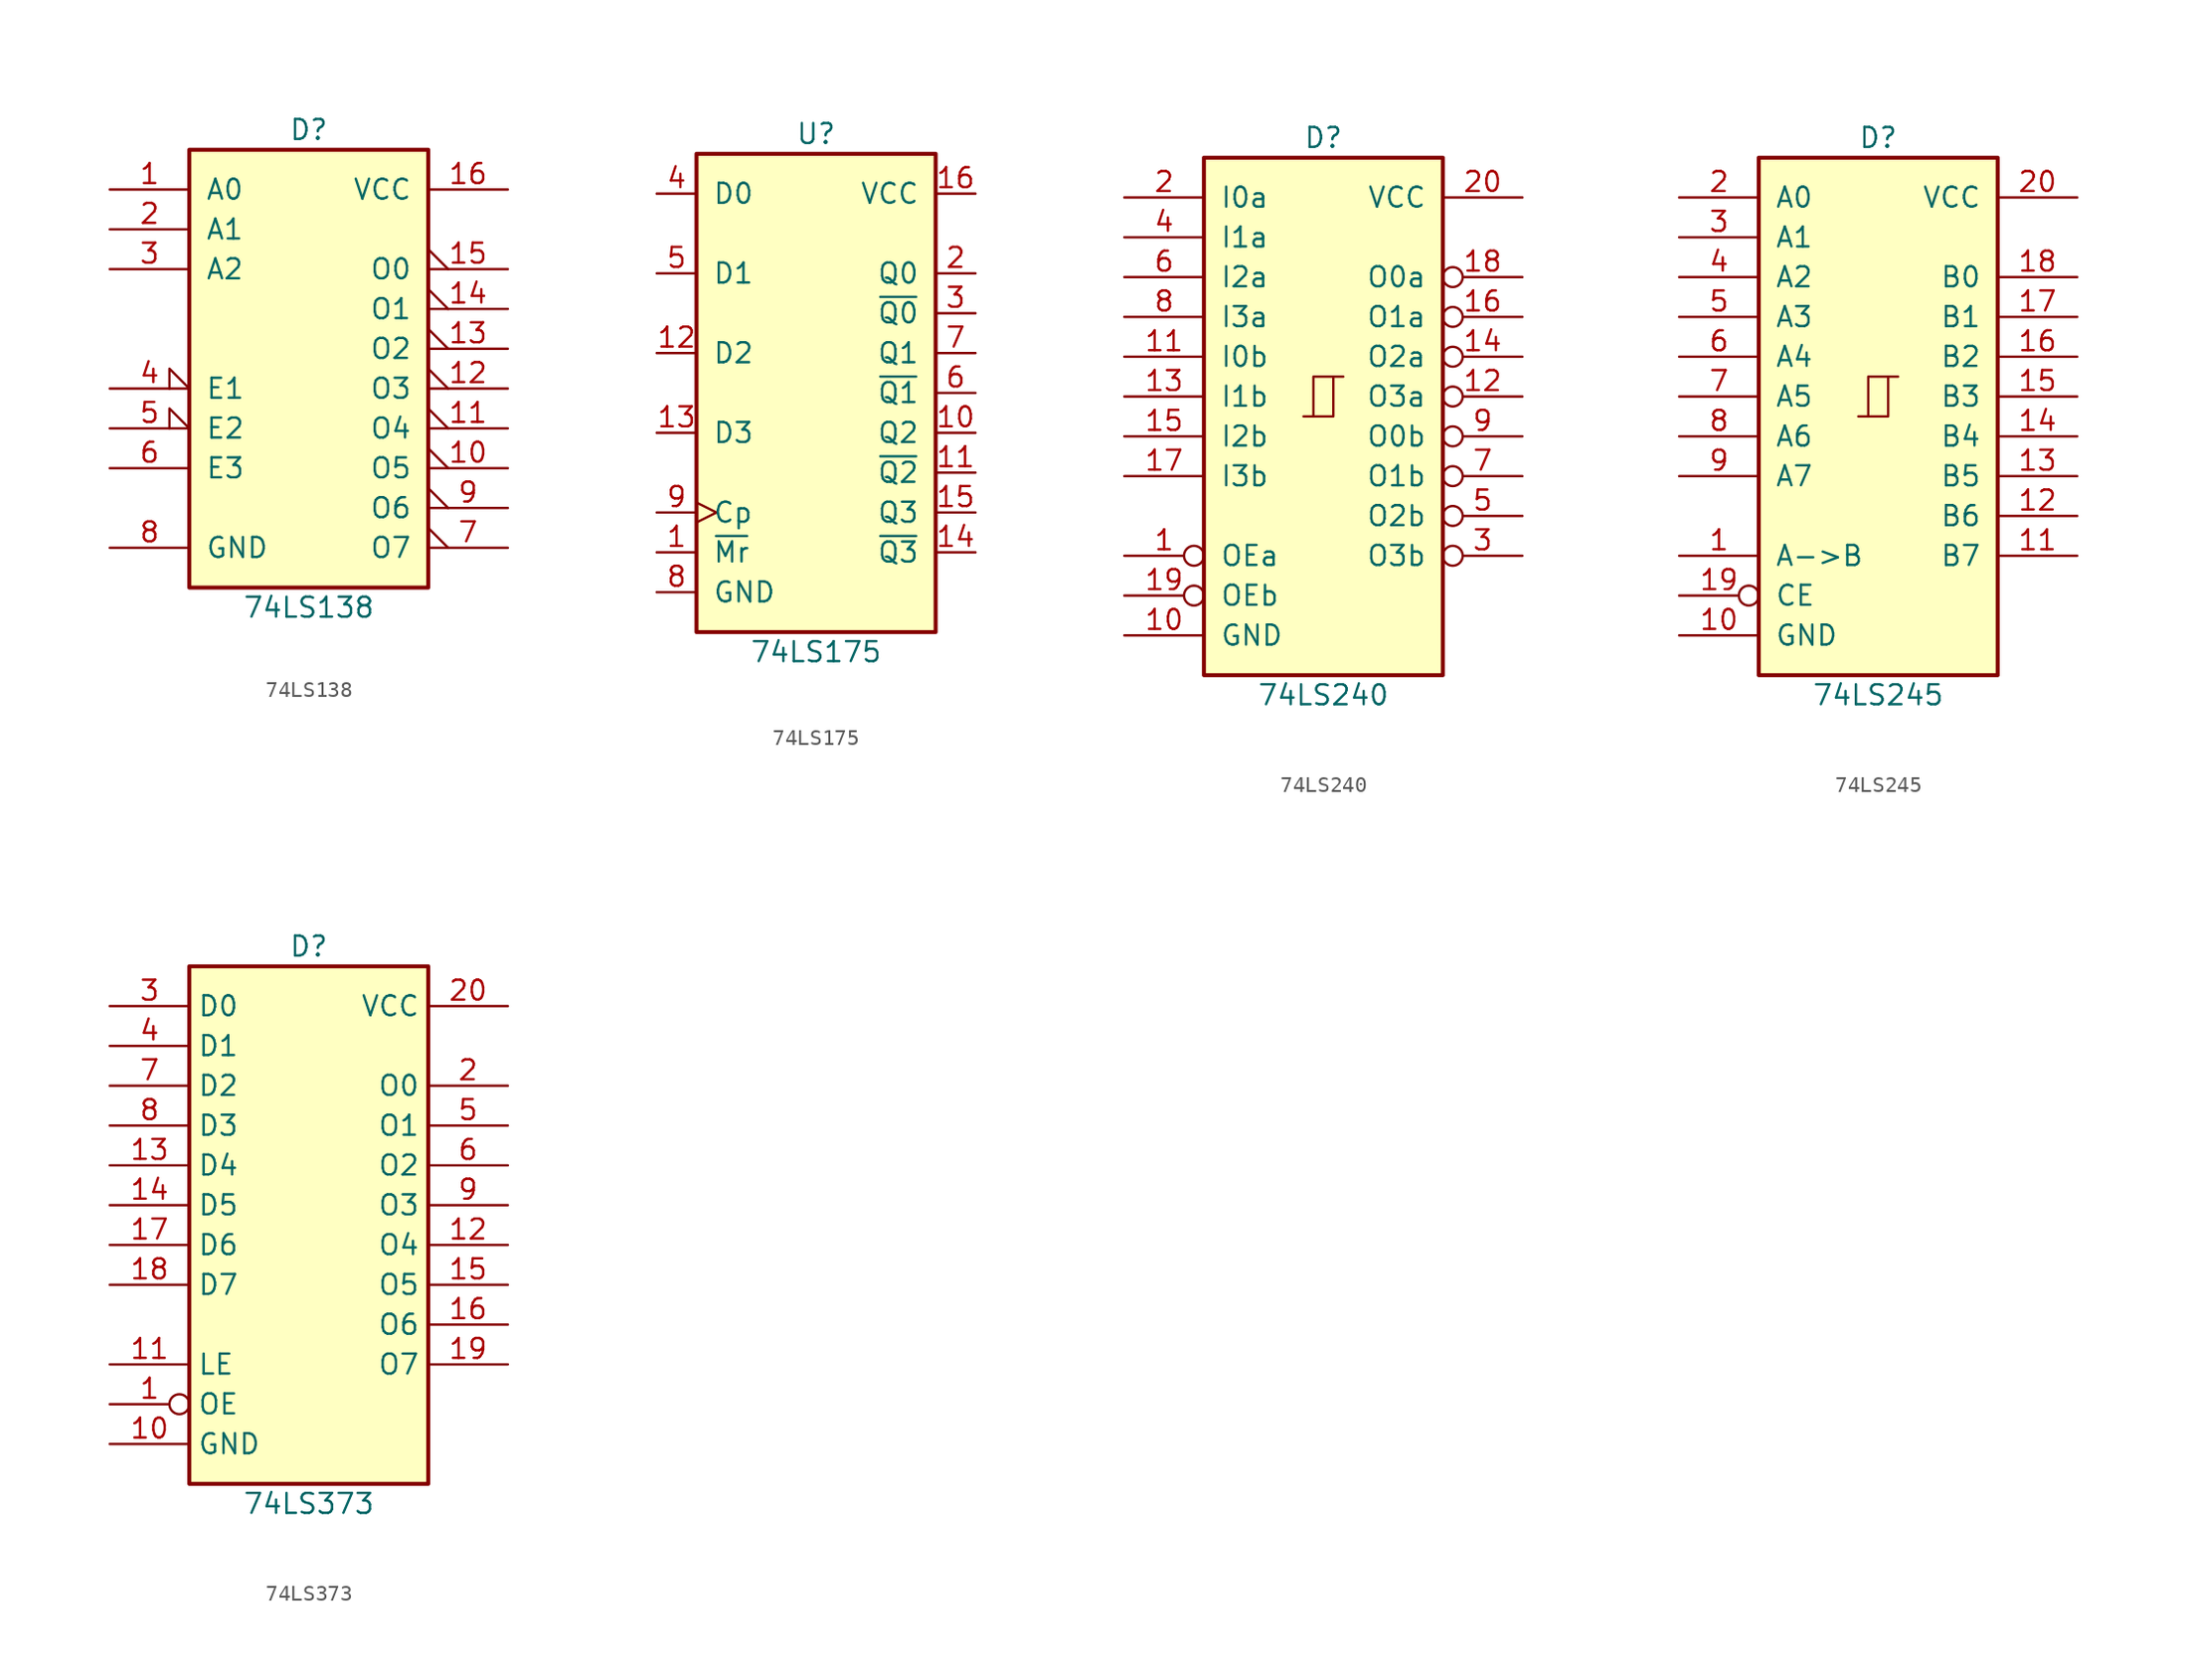
<source format=kicad_sym>
(kicad_symbol_lib
  (version 20241209)
  (generator "kicad_symbol_editor")
  (generator_version "9.0")
  (symbol "74LS138"
    (pin_names
      (offset 1.016))
    (property "Reference" "D"
      (at 0 13.97 0)
      (do_not_autoplace)
      (effects (font (size 1.27 1.27))))
    (property "Value" "74LS138"
      (at 0 -16.51 0)
      (do_not_autoplace)
      (effects (font (size 1.27 1.27))))
    (symbol "74LS138_1_0"
      (pin input line (at -12.7 10.16 0) (length 5.08) (name "A0" (effects (font (size 1.27 1.27)))) (number "1" (effects (font (size 1.27 1.27)))))
      (pin input line (at -12.7 7.62 0) (length 5.08) (name "A1" (effects (font (size 1.27 1.27)))) (number "2" (effects (font (size 1.27 1.27)))))
      (pin input line (at -12.7 5.08 0) (length 5.08) (name "A2" (effects (font (size 1.27 1.27)))) (number "3" (effects (font (size 1.27 1.27)))))
      (pin input input_low (at -12.7 -2.54 0) (length 5.08) (name "E1" (effects (font (size 1.27 1.27)))) (number "4" (effects (font (size 1.27 1.27)))))
      (pin input input_low (at -12.7 -5.08 0) (length 5.08) (name "E2" (effects (font (size 1.27 1.27)))) (number "5" (effects (font (size 1.27 1.27)))))
      (pin input line (at -12.7 -7.62 0) (length 5.08) (name "E3" (effects (font (size 1.27 1.27)))) (number "6" (effects (font (size 1.27 1.27)))))
      (pin power_in line (at -12.7 -12.7 0) (length 5.08) (name "GND" (effects (font (size 1.27 1.27)))) (number "8" (effects (font (size 1.27 1.27)))))
      (pin power_in line (at 12.7 10.16 180) (length 5.08) (name "VCC" (effects (font (size 1.27 1.27)))) (number "16" (effects (font (size 1.27 1.27)))))
      (pin output output_low (at 12.7 5.08 180) (length 5.08) (name "O0" (effects (font (size 1.27 1.27)))) (number "15" (effects (font (size 1.27 1.27)))))
      (pin output output_low (at 12.7 2.54 180) (length 5.08) (name "O1" (effects (font (size 1.27 1.27)))) (number "14" (effects (font (size 1.27 1.27)))))
      (pin output output_low (at 12.7 0 180) (length 5.08) (name "O2" (effects (font (size 1.27 1.27)))) (number "13" (effects (font (size 1.27 1.27)))))
      (pin output output_low (at 12.7 -2.54 180) (length 5.08) (name "O3" (effects (font (size 1.27 1.27)))) (number "12" (effects (font (size 1.27 1.27)))))
      (pin output output_low (at 12.7 -5.08 180) (length 5.08) (name "O4" (effects (font (size 1.27 1.27)))) (number "11" (effects (font (size 1.27 1.27)))))
      (pin output output_low (at 12.7 -7.62 180) (length 5.08) (name "O5" (effects (font (size 1.27 1.27)))) (number "10" (effects (font (size 1.27 1.27)))))
      (pin output output_low (at 12.7 -10.16 180) (length 5.08) (name "O6" (effects (font (size 1.27 1.27)))) (number "9" (effects (font (size 1.27 1.27)))))
      (pin output output_low (at 12.7 -12.7 180) (length 5.08) (name "O7" (effects (font (size 1.27 1.27)))) (number "7" (effects (font (size 1.27 1.27))))))
    (symbol "74LS138_1_1"
      (rectangle (start -7.62 12.7) (end 7.62 -15.24) (stroke (width 0.254) (type default)) (fill (type background)))))
  (symbol "74LS175"
    (pin_names
      (offset 1.016))
    (property "Reference" "U"
      (at 0 13.97 0)
      (do_not_autoplace)
      (effects (font (size 1.27 1.27))))
    (property "Value" "74LS175"
      (at 0 -19.05 0)
      (do_not_autoplace)
      (effects (font (size 1.27 1.27))))
    (symbol "74LS175_1_0"
      (pin input line (at -10.16 10.16 0) (length 2.54) (name "D0" (effects (font (size 1.27 1.27)))) (number "4" (effects (font (size 1.27 1.27)))))
      (pin input line (at -10.16 5.08 0) (length 2.54) (name "D1" (effects (font (size 1.27 1.27)))) (number "5" (effects (font (size 1.27 1.27)))))
      (pin input line (at -10.16 0 0) (length 2.54) (name "D2" (effects (font (size 1.27 1.27)))) (number "12" (effects (font (size 1.27 1.27)))))
      (pin input line (at -10.16 -5.08 0) (length 2.54) (name "D3" (effects (font (size 1.27 1.27)))) (number "13" (effects (font (size 1.27 1.27)))))
      (pin input clock (at -10.16 -10.16 0) (length 2.54) (name "Cp" (effects (font (size 1.27 1.27)))) (number "9" (effects (font (size 1.27 1.27)))))
      (pin input line (at -10.16 -12.7 0) (length 2.54) (name "~{Mr}" (effects (font (size 1.27 1.27)))) (number "1" (effects (font (size 1.27 1.27)))))
      (pin power_in line (at -10.16 -15.24 0) (length 2.54) (name "GND" (effects (font (size 1.27 1.27)))) (number "8" (effects (font (size 1.27 1.27)))))
      (pin power_in line (at 10.16 10.16 180) (length 2.54) (name "VCC" (effects (font (size 1.27 1.27)))) (number "16" (effects (font (size 1.27 1.27)))))
      (pin output line (at 10.16 5.08 180) (length 2.54) (name "Q0" (effects (font (size 1.27 1.27)))) (number "2" (effects (font (size 1.27 1.27)))))
      (pin output line (at 10.16 2.54 180) (length 2.54) (name "~{Q0}" (effects (font (size 1.27 1.27)))) (number "3" (effects (font (size 1.27 1.27)))))
      (pin output line (at 10.16 0 180) (length 2.54) (name "Q1" (effects (font (size 1.27 1.27)))) (number "7" (effects (font (size 1.27 1.27)))))
      (pin output line (at 10.16 -2.54 180) (length 2.54) (name "~{Q1}" (effects (font (size 1.27 1.27)))) (number "6" (effects (font (size 1.27 1.27)))))
      (pin output line (at 10.16 -5.08 180) (length 2.54) (name "Q2" (effects (font (size 1.27 1.27)))) (number "10" (effects (font (size 1.27 1.27)))))
      (pin output line (at 10.16 -7.62 180) (length 2.54) (name "~{Q2}" (effects (font (size 1.27 1.27)))) (number "11" (effects (font (size 1.27 1.27)))))
      (pin output line (at 10.16 -10.16 180) (length 2.54) (name "Q3" (effects (font (size 1.27 1.27)))) (number "15" (effects (font (size 1.27 1.27)))))
      (pin output line (at 10.16 -12.7 180) (length 2.54) (name "~{Q3}" (effects (font (size 1.27 1.27)))) (number "14" (effects (font (size 1.27 1.27))))))
    (symbol "74LS175_1_1"
      (rectangle (start -7.62 12.7) (end 7.62 -17.78) (stroke (width 0.254) (type default)) (fill (type background)))))
  (symbol "74LS240"
    (pin_names
      (offset 1.016))
    (property "Reference" "D"
      (at 0 16.51 0)
      (do_not_autoplace)
      (effects (font (size 1.27 1.27))))
    (property "Value" "74LS240"
      (at 0 -19.05 0)
      (do_not_autoplace)
      (effects (font (size 1.27 1.27))))
    (symbol "74LS240_1_0"
      (polyline (pts (xy -1.27 -1.27) (xy 0.635 -1.27) (xy 0.635 1.27) (xy 1.27 1.27)) (stroke (width 0) (type default)) (fill (type none)))
      (polyline (pts (xy -0.635 -1.27) (xy -0.635 1.27) (xy 0.635 1.27)) (stroke (width 0) (type default)) (fill (type none)))
      (pin input line (at -12.7 12.7 0) (length 5.08) (name "I0a" (effects (font (size 1.27 1.27)))) (number "2" (effects (font (size 1.27 1.27)))))
      (pin input line (at -12.7 10.16 0) (length 5.08) (name "I1a" (effects (font (size 1.27 1.27)))) (number "4" (effects (font (size 1.27 1.27)))))
      (pin input line (at -12.7 7.62 0) (length 5.08) (name "I2a" (effects (font (size 1.27 1.27)))) (number "6" (effects (font (size 1.27 1.27)))))
      (pin input line (at -12.7 5.08 0) (length 5.08) (name "I3a" (effects (font (size 1.27 1.27)))) (number "8" (effects (font (size 1.27 1.27)))))
      (pin input line (at -12.7 2.54 0) (length 5.08) (name "I0b" (effects (font (size 1.27 1.27)))) (number "11" (effects (font (size 1.27 1.27)))))
      (pin input line (at -12.7 0 0) (length 5.08) (name "I1b" (effects (font (size 1.27 1.27)))) (number "13" (effects (font (size 1.27 1.27)))))
      (pin input line (at -12.7 -2.54 0) (length 5.08) (name "I2b" (effects (font (size 1.27 1.27)))) (number "15" (effects (font (size 1.27 1.27)))))
      (pin input line (at -12.7 -5.08 0) (length 5.08) (name "I3b" (effects (font (size 1.27 1.27)))) (number "17" (effects (font (size 1.27 1.27)))))
      (pin input inverted (at -12.7 -10.16 0) (length 5.08) (name "OEa" (effects (font (size 1.27 1.27)))) (number "1" (effects (font (size 1.27 1.27)))))
      (pin input inverted (at -12.7 -12.7 0) (length 5.08) (name "OEb" (effects (font (size 1.27 1.27)))) (number "19" (effects (font (size 1.27 1.27)))))
      (pin power_in line (at -12.7 -15.24 0) (length 5.08) (name "GND" (effects (font (size 1.27 1.27)))) (number "10" (effects (font (size 1.27 1.27)))))
      (pin power_in line (at 12.7 12.7 180) (length 5.08) (name "VCC" (effects (font (size 1.27 1.27)))) (number "20" (effects (font (size 1.27 1.27)))))
      (pin tri_state inverted (at 12.7 7.62 180) (length 5.08) (name "O0a" (effects (font (size 1.27 1.27)))) (number "18" (effects (font (size 1.27 1.27)))))
      (pin tri_state inverted (at 12.7 5.08 180) (length 5.08) (name "O1a" (effects (font (size 1.27 1.27)))) (number "16" (effects (font (size 1.27 1.27)))))
      (pin tri_state inverted (at 12.7 2.54 180) (length 5.08) (name "O2a" (effects (font (size 1.27 1.27)))) (number "14" (effects (font (size 1.27 1.27)))))
      (pin tri_state inverted (at 12.7 0 180) (length 5.08) (name "O3a" (effects (font (size 1.27 1.27)))) (number "12" (effects (font (size 1.27 1.27)))))
      (pin tri_state inverted (at 12.7 -2.54 180) (length 5.08) (name "O0b" (effects (font (size 1.27 1.27)))) (number "9" (effects (font (size 1.27 1.27)))))
      (pin tri_state inverted (at 12.7 -5.08 180) (length 5.08) (name "O1b" (effects (font (size 1.27 1.27)))) (number "7" (effects (font (size 1.27 1.27)))))
      (pin tri_state inverted (at 12.7 -7.62 180) (length 5.08) (name "O2b" (effects (font (size 1.27 1.27)))) (number "5" (effects (font (size 1.27 1.27)))))
      (pin tri_state inverted (at 12.7 -10.16 180) (length 5.08) (name "O3b" (effects (font (size 1.27 1.27)))) (number "3" (effects (font (size 1.27 1.27))))))
    (symbol "74LS240_1_1"
      (rectangle (start -7.62 15.24) (end 7.62 -17.78) (stroke (width 0.254) (type default)) (fill (type background)))))
  (symbol "74LS245"
    (pin_names
      (offset 1.016))
    (property "Reference" "D"
      (at 0 16.51 0)
      (do_not_autoplace)
      (effects (font (size 1.27 1.27))))
    (property "Value" "74LS245"
      (at 0 -19.05 0)
      (do_not_autoplace)
      (effects (font (size 1.27 1.27))))
    (symbol "74LS245_1_0"
      (polyline (pts (xy -1.27 -1.27) (xy 0.635 -1.27) (xy 0.635 1.27) (xy 1.27 1.27)) (stroke (width 0) (type default)) (fill (type none)))
      (polyline (pts (xy -0.635 -1.27) (xy -0.635 1.27) (xy 0.635 1.27)) (stroke (width 0) (type default)) (fill (type none)))
      (pin tri_state line (at -12.7 12.7 0) (length 5.08) (name "A0" (effects (font (size 1.27 1.27)))) (number "2" (effects (font (size 1.27 1.27)))))
      (pin tri_state line (at -12.7 10.16 0) (length 5.08) (name "A1" (effects (font (size 1.27 1.27)))) (number "3" (effects (font (size 1.27 1.27)))))
      (pin tri_state line (at -12.7 7.62 0) (length 5.08) (name "A2" (effects (font (size 1.27 1.27)))) (number "4" (effects (font (size 1.27 1.27)))))
      (pin tri_state line (at -12.7 5.08 0) (length 5.08) (name "A3" (effects (font (size 1.27 1.27)))) (number "5" (effects (font (size 1.27 1.27)))))
      (pin tri_state line (at -12.7 2.54 0) (length 5.08) (name "A4" (effects (font (size 1.27 1.27)))) (number "6" (effects (font (size 1.27 1.27)))))
      (pin tri_state line (at -12.7 0 0) (length 5.08) (name "A5" (effects (font (size 1.27 1.27)))) (number "7" (effects (font (size 1.27 1.27)))))
      (pin tri_state line (at -12.7 -2.54 0) (length 5.08) (name "A6" (effects (font (size 1.27 1.27)))) (number "8" (effects (font (size 1.27 1.27)))))
      (pin tri_state line (at -12.7 -5.08 0) (length 5.08) (name "A7" (effects (font (size 1.27 1.27)))) (number "9" (effects (font (size 1.27 1.27)))))
      (pin input line (at -12.7 -10.16 0) (length 5.08) (name "A->B" (effects (font (size 1.27 1.27)))) (number "1" (effects (font (size 1.27 1.27)))))
      (pin input inverted (at -12.7 -12.7 0) (length 5.08) (name "CE" (effects (font (size 1.27 1.27)))) (number "19" (effects (font (size 1.27 1.27)))))
      (pin power_in line (at -12.7 -15.24 0) (length 5.08) (name "GND" (effects (font (size 1.27 1.27)))) (number "10" (effects (font (size 1.27 1.27)))))
      (pin power_in line (at 12.7 12.7 180) (length 5.08) (name "VCC" (effects (font (size 1.27 1.27)))) (number "20" (effects (font (size 1.27 1.27)))))
      (pin tri_state line (at 12.7 7.62 180) (length 5.08) (name "B0" (effects (font (size 1.27 1.27)))) (number "18" (effects (font (size 1.27 1.27)))))
      (pin tri_state line (at 12.7 5.08 180) (length 5.08) (name "B1" (effects (font (size 1.27 1.27)))) (number "17" (effects (font (size 1.27 1.27)))))
      (pin tri_state line (at 12.7 2.54 180) (length 5.08) (name "B2" (effects (font (size 1.27 1.27)))) (number "16" (effects (font (size 1.27 1.27)))))
      (pin tri_state line (at 12.7 0 180) (length 5.08) (name "B3" (effects (font (size 1.27 1.27)))) (number "15" (effects (font (size 1.27 1.27)))))
      (pin tri_state line (at 12.7 -2.54 180) (length 5.08) (name "B4" (effects (font (size 1.27 1.27)))) (number "14" (effects (font (size 1.27 1.27)))))
      (pin tri_state line (at 12.7 -5.08 180) (length 5.08) (name "B5" (effects (font (size 1.27 1.27)))) (number "13" (effects (font (size 1.27 1.27)))))
      (pin tri_state line (at 12.7 -7.62 180) (length 5.08) (name "B6" (effects (font (size 1.27 1.27)))) (number "12" (effects (font (size 1.27 1.27)))))
      (pin tri_state line (at 12.7 -10.16 180) (length 5.08) (name "B7" (effects (font (size 1.27 1.27)))) (number "11" (effects (font (size 1.27 1.27))))))
    (symbol "74LS245_1_1"
      (rectangle (start -7.62 15.24) (end 7.62 -17.78) (stroke (width 0.254) (type default)) (fill (type background)))))
  (symbol "74LS373"
    (property "Reference" "D"
      (at 0 16.51 0)
      (do_not_autoplace)
      (effects (font (size 1.27 1.27))))
    (property "Value" "74LS373"
      (at 0 -19.05 0)
      (do_not_autoplace)
      (effects (font (size 1.27 1.27))))
    (symbol "74LS373_1_0"
      (pin input line (at -12.7 12.7 0) (length 5.08) (name "D0" (effects (font (size 1.27 1.27)))) (number "3" (effects (font (size 1.27 1.27)))))
      (pin input line (at -12.7 10.16 0) (length 5.08) (name "D1" (effects (font (size 1.27 1.27)))) (number "4" (effects (font (size 1.27 1.27)))))
      (pin input line (at -12.7 7.62 0) (length 5.08) (name "D2" (effects (font (size 1.27 1.27)))) (number "7" (effects (font (size 1.27 1.27)))))
      (pin input line (at -12.7 5.08 0) (length 5.08) (name "D3" (effects (font (size 1.27 1.27)))) (number "8" (effects (font (size 1.27 1.27)))))
      (pin input line (at -12.7 2.54 0) (length 5.08) (name "D4" (effects (font (size 1.27 1.27)))) (number "13" (effects (font (size 1.27 1.27)))))
      (pin input line (at -12.7 0 0) (length 5.08) (name "D5" (effects (font (size 1.27 1.27)))) (number "14" (effects (font (size 1.27 1.27)))))
      (pin input line (at -12.7 -2.54 0) (length 5.08) (name "D6" (effects (font (size 1.27 1.27)))) (number "17" (effects (font (size 1.27 1.27)))))
      (pin input line (at -12.7 -5.08 0) (length 5.08) (name "D7" (effects (font (size 1.27 1.27)))) (number "18" (effects (font (size 1.27 1.27)))))
      (pin input line (at -12.7 -10.16 0) (length 5.08) (name "LE" (effects (font (size 1.27 1.27)))) (number "11" (effects (font (size 1.27 1.27)))))
      (pin input inverted (at -12.7 -12.7 0) (length 5.08) (name "OE" (effects (font (size 1.27 1.27)))) (number "1" (effects (font (size 1.27 1.27)))))
      (pin power_in line (at -12.7 -15.24 0) (length 5.08) (name "GND" (effects (font (size 1.27 1.27)))) (number "10" (effects (font (size 1.27 1.27)))))
      (pin power_in line (at 12.7 12.7 180) (length 5.08) (name "VCC" (effects (font (size 1.27 1.27)))) (number "20" (effects (font (size 1.27 1.27)))))
      (pin tri_state line (at 12.7 7.62 180) (length 5.08) (name "O0" (effects (font (size 1.27 1.27)))) (number "2" (effects (font (size 1.27 1.27)))))
      (pin tri_state line (at 12.7 5.08 180) (length 5.08) (name "O1" (effects (font (size 1.27 1.27)))) (number "5" (effects (font (size 1.27 1.27)))))
      (pin tri_state line (at 12.7 2.54 180) (length 5.08) (name "O2" (effects (font (size 1.27 1.27)))) (number "6" (effects (font (size 1.27 1.27)))))
      (pin tri_state line (at 12.7 0 180) (length 5.08) (name "O3" (effects (font (size 1.27 1.27)))) (number "9" (effects (font (size 1.27 1.27)))))
      (pin tri_state line (at 12.7 -2.54 180) (length 5.08) (name "O4" (effects (font (size 1.27 1.27)))) (number "12" (effects (font (size 1.27 1.27)))))
      (pin tri_state line (at 12.7 -5.08 180) (length 5.08) (name "O5" (effects (font (size 1.27 1.27)))) (number "15" (effects (font (size 1.27 1.27)))))
      (pin tri_state line (at 12.7 -7.62 180) (length 5.08) (name "O6" (effects (font (size 1.27 1.27)))) (number "16" (effects (font (size 1.27 1.27)))))
      (pin tri_state line (at 12.7 -10.16 180) (length 5.08) (name "O7" (effects (font (size 1.27 1.27)))) (number "19" (effects (font (size 1.27 1.27))))))
    (symbol "74LS373_1_1"
      (rectangle (start -7.62 15.24) (end 7.62 -17.78) (stroke (width 0.254) (type default)) (fill (type background))))))
</source>
